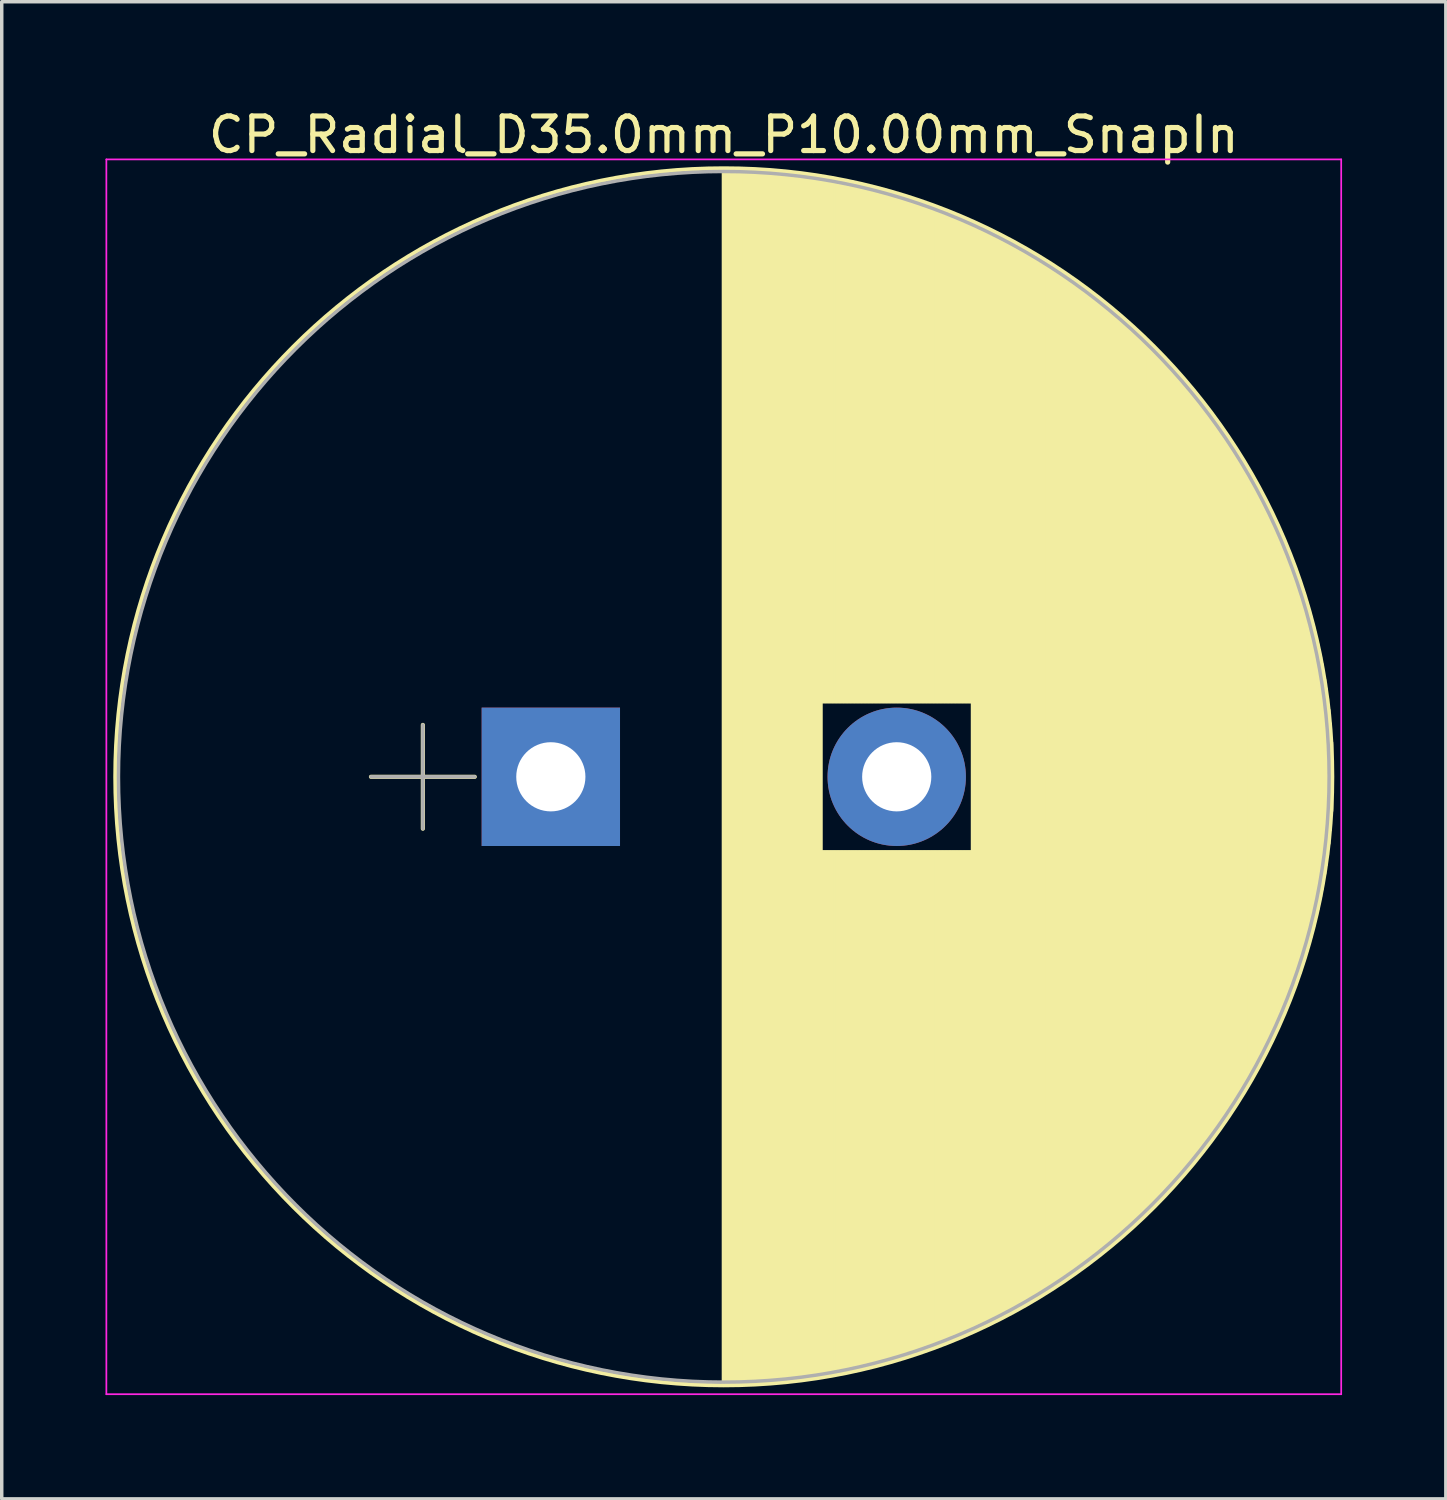
<source format=kicad_pcb>
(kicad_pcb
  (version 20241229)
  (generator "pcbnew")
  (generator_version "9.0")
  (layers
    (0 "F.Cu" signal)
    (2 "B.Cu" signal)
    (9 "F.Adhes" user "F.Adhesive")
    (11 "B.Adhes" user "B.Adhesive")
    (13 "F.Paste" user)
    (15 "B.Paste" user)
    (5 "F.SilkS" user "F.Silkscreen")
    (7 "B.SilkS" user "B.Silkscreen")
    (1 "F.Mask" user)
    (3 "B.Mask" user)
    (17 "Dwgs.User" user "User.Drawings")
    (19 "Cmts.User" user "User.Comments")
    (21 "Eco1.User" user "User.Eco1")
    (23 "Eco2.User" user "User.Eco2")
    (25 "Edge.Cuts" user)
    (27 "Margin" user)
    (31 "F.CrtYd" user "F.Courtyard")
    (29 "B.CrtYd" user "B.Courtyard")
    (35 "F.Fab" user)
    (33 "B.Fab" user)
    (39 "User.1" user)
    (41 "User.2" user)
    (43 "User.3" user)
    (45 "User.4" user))
  (footprint "CP_Radial_D35.0mm_P10.00mm_SnapIn"
    (layer "F.Cu")
    (at 12.875 19.408)
    (property "Reference" "CP_Radial_D35.0mm_P10.00mm_SnapIn" (at 5 -18.56 0) (layer "F.SilkS") (effects (font (size 1 1) (thickness 0.15))))
    (attr through_hole)
    (fp_line (start -5.2 0) (end -2.2 0) (stroke (width 0.12) (type solid)) (layer "F.SilkS"))
    (fp_line (start -3.7 -1.5) (end -3.7 1.5) (stroke (width 0.12) (type solid)) (layer "F.SilkS"))
    (fp_line (start 5 -17.55) (end 5 17.55) (stroke (width 0.12) (type solid)) (layer "F.SilkS"))
    (fp_line (start 5.04 -17.55) (end 5.04 17.55) (stroke (width 0.12) (type solid)) (layer "F.SilkS"))
    (fp_line (start 5.08 -17.55) (end 5.08 17.55) (stroke (width 0.12) (type solid)) (layer "F.SilkS"))
    (fp_line (start 5.12 -17.55) (end 5.12 17.55) (stroke (width 0.12) (type solid)) (layer "F.SilkS"))
    (fp_line (start 5.16 -17.55) (end 5.16 17.55) (stroke (width 0.12) (type solid)) (layer "F.SilkS"))
    (fp_line (start 5.2 -17.549) (end 5.2 17.549) (stroke (width 0.12) (type solid)) (layer "F.SilkS"))
    (fp_line (start 5.24 -17.549) (end 5.24 17.549) (stroke (width 0.12) (type solid)) (layer "F.SilkS"))
    (fp_line (start 5.28 -17.548) (end 5.28 17.548) (stroke (width 0.12) (type solid)) (layer "F.SilkS"))
    (fp_line (start 5.32 -17.548) (end 5.32 17.548) (stroke (width 0.12) (type solid)) (layer "F.SilkS"))
    (fp_line (start 5.36 -17.547) (end 5.36 17.547) (stroke (width 0.12) (type solid)) (layer "F.SilkS"))
    (fp_line (start 5.4 -17.546) (end 5.4 17.546) (stroke (width 0.12) (type solid)) (layer "F.SilkS"))
    (fp_line (start 5.44 -17.545) (end 5.44 17.545) (stroke (width 0.12) (type solid)) (layer "F.SilkS"))
    (fp_line (start 5.48 -17.544) (end 5.48 17.544) (stroke (width 0.12) (type solid)) (layer "F.SilkS"))
    (fp_line (start 5.52 -17.543) (end 5.52 17.543) (stroke (width 0.12) (type solid)) (layer "F.SilkS"))
    (fp_line (start 5.56 -17.542) (end 5.56 17.542) (stroke (width 0.12) (type solid)) (layer "F.SilkS"))
    (fp_line (start 5.6 -17.54) (end 5.6 17.54) (stroke (width 0.12) (type solid)) (layer "F.SilkS"))
    (fp_line (start 5.64 -17.539) (end 5.64 17.539) (stroke (width 0.12) (type solid)) (layer "F.SilkS"))
    (fp_line (start 5.68 -17.537) (end 5.68 17.537) (stroke (width 0.12) (type solid)) (layer "F.SilkS"))
    (fp_line (start 5.721 -17.536) (end 5.721 17.536) (stroke (width 0.12) (type solid)) (layer "F.SilkS"))
    (fp_line (start 5.761 -17.534) (end 5.761 17.534) (stroke (width 0.12) (type solid)) (layer "F.SilkS"))
    (fp_line (start 5.801 -17.532) (end 5.801 17.532) (stroke (width 0.12) (type solid)) (layer "F.SilkS"))
    (fp_line (start 5.841 -17.53) (end 5.841 17.53) (stroke (width 0.12) (type solid)) (layer "F.SilkS"))
    (fp_line (start 5.881 -17.528) (end 5.881 17.528) (stroke (width 0.12) (type solid)) (layer "F.SilkS"))
    (fp_line (start 5.921 -17.526) (end 5.921 17.526) (stroke (width 0.12) (type solid)) (layer "F.SilkS"))
    (fp_line (start 5.961 -17.524) (end 5.961 17.524) (stroke (width 0.12) (type solid)) (layer "F.SilkS"))
    (fp_line (start 6.001 -17.522) (end 6.001 17.522) (stroke (width 0.12) (type solid)) (layer "F.SilkS"))
    (fp_line (start 6.041 -17.52) (end 6.041 17.52) (stroke (width 0.12) (type solid)) (layer "F.SilkS"))
    (fp_line (start 6.081 -17.517) (end 6.081 17.517) (stroke (width 0.12) (type solid)) (layer "F.SilkS"))
    (fp_line (start 6.121 -17.515) (end 6.121 17.515) (stroke (width 0.12) (type solid)) (layer "F.SilkS"))
    (fp_line (start 6.161 -17.512) (end 6.161 17.512) (stroke (width 0.12) (type solid)) (layer "F.SilkS"))
    (fp_line (start 6.201 -17.51) (end 6.201 17.51) (stroke (width 0.12) (type solid)) (layer "F.SilkS"))
    (fp_line (start 6.241 -17.507) (end 6.241 17.507) (stroke (width 0.12) (type solid)) (layer "F.SilkS"))
    (fp_line (start 6.281 -17.504) (end 6.281 17.504) (stroke (width 0.12) (type solid)) (layer "F.SilkS"))
    (fp_line (start 6.321 -17.501) (end 6.321 17.501) (stroke (width 0.12) (type solid)) (layer "F.SilkS"))
    (fp_line (start 6.361 -17.498) (end 6.361 17.498) (stroke (width 0.12) (type solid)) (layer "F.SilkS"))
    (fp_line (start 6.401 -17.495) (end 6.401 17.495) (stroke (width 0.12) (type solid)) (layer "F.SilkS"))
    (fp_line (start 6.441 -17.491) (end 6.441 17.491) (stroke (width 0.12) (type solid)) (layer "F.SilkS"))
    (fp_line (start 6.481 -17.488) (end 6.481 17.488) (stroke (width 0.12) (type solid)) (layer "F.SilkS"))
    (fp_line (start 6.521 -17.485) (end 6.521 17.485) (stroke (width 0.12) (type solid)) (layer "F.SilkS"))
    (fp_line (start 6.561 -17.481) (end 6.561 17.481) (stroke (width 0.12) (type solid)) (layer "F.SilkS"))
    (fp_line (start 6.601 -17.478) (end 6.601 17.478) (stroke (width 0.12) (type solid)) (layer "F.SilkS"))
    (fp_line (start 6.641 -17.474) (end 6.641 17.474) (stroke (width 0.12) (type solid)) (layer "F.SilkS"))
    (fp_line (start 6.681 -17.47) (end 6.681 17.47) (stroke (width 0.12) (type solid)) (layer "F.SilkS"))
    (fp_line (start 6.721 -17.466) (end 6.721 17.466) (stroke (width 0.12) (type solid)) (layer "F.SilkS"))
    (fp_line (start 6.761 -17.462) (end 6.761 17.462) (stroke (width 0.12) (type solid)) (layer "F.SilkS"))
    (fp_line (start 6.801 -17.458) (end 6.801 17.458) (stroke (width 0.12) (type solid)) (layer "F.SilkS"))
    (fp_line (start 6.841 -17.454) (end 6.841 17.454) (stroke (width 0.12) (type solid)) (layer "F.SilkS"))
    (fp_line (start 6.881 -17.45) (end 6.881 17.45) (stroke (width 0.12) (type solid)) (layer "F.SilkS"))
    (fp_line (start 6.921 -17.445) (end 6.921 17.445) (stroke (width 0.12) (type solid)) (layer "F.SilkS"))
    (fp_line (start 6.961 -17.441) (end 6.961 17.441) (stroke (width 0.12) (type solid)) (layer "F.SilkS"))
    (fp_line (start 7.001 -17.436) (end 7.001 17.436) (stroke (width 0.12) (type solid)) (layer "F.SilkS"))
    (fp_line (start 7.041 -17.432) (end 7.041 17.432) (stroke (width 0.12) (type solid)) (layer "F.SilkS"))
    (fp_line (start 7.081 -17.427) (end 7.081 17.427) (stroke (width 0.12) (type solid)) (layer "F.SilkS"))
    (fp_line (start 7.121 -17.422) (end 7.121 17.422) (stroke (width 0.12) (type solid)) (layer "F.SilkS"))
    (fp_line (start 7.161 -17.417) (end 7.161 17.417) (stroke (width 0.12) (type solid)) (layer "F.SilkS"))
    (fp_line (start 7.201 -17.412) (end 7.201 17.412) (stroke (width 0.12) (type solid)) (layer "F.SilkS"))
    (fp_line (start 7.241 -17.407) (end 7.241 17.407) (stroke (width 0.12) (type solid)) (layer "F.SilkS"))
    (fp_line (start 7.281 -17.402) (end 7.281 17.402) (stroke (width 0.12) (type solid)) (layer "F.SilkS"))
    (fp_line (start 7.321 -17.397) (end 7.321 17.397) (stroke (width 0.12) (type solid)) (layer "F.SilkS"))
    (fp_line (start 7.361 -17.391) (end 7.361 17.391) (stroke (width 0.12) (type solid)) (layer "F.SilkS"))
    (fp_line (start 7.401 -17.386) (end 7.401 17.386) (stroke (width 0.12) (type solid)) (layer "F.SilkS"))
    (fp_line (start 7.441 -17.38) (end 7.441 17.38) (stroke (width 0.12) (type solid)) (layer "F.SilkS"))
    (fp_line (start 7.481 -17.375) (end 7.481 17.375) (stroke (width 0.12) (type solid)) (layer "F.SilkS"))
    (fp_line (start 7.521 -17.369) (end 7.521 17.369) (stroke (width 0.12) (type solid)) (layer "F.SilkS"))
    (fp_line (start 7.561 -17.363) (end 7.561 17.363) (stroke (width 0.12) (type solid)) (layer "F.SilkS"))
    (fp_line (start 7.601 -17.357) (end 7.601 17.357) (stroke (width 0.12) (type solid)) (layer "F.SilkS"))
    (fp_line (start 7.641 -17.351) (end 7.641 17.351) (stroke (width 0.12) (type solid)) (layer "F.SilkS"))
    (fp_line (start 7.681 -17.345) (end 7.681 17.345) (stroke (width 0.12) (type solid)) (layer "F.SilkS"))
    (fp_line (start 7.721 -17.339) (end 7.721 17.339) (stroke (width 0.12) (type solid)) (layer "F.SilkS"))
    (fp_line (start 7.761 -17.333) (end 7.761 17.333) (stroke (width 0.12) (type solid)) (layer "F.SilkS"))
    (fp_line (start 7.801 -17.326) (end 7.801 17.326) (stroke (width 0.12) (type solid)) (layer "F.SilkS"))
    (fp_line (start 7.841 -17.32) (end 7.841 -2.18) (stroke (width 0.12) (type solid)) (layer "F.SilkS"))
    (fp_line (start 7.841 2.18) (end 7.841 17.32) (stroke (width 0.12) (type solid)) (layer "F.SilkS"))
    (fp_line (start 7.881 -17.313) (end 7.881 -2.18) (stroke (width 0.12) (type solid)) (layer "F.SilkS"))
    (fp_line (start 7.881 2.18) (end 7.881 17.313) (stroke (width 0.12) (type solid)) (layer "F.SilkS"))
    (fp_line (start 7.921 -17.306) (end 7.921 -2.18) (stroke (width 0.12) (type solid)) (layer "F.SilkS"))
    (fp_line (start 7.921 2.18) (end 7.921 17.306) (stroke (width 0.12) (type solid)) (layer "F.SilkS"))
    (fp_line (start 7.961 -17.3) (end 7.961 -2.18) (stroke (width 0.12) (type solid)) (layer "F.SilkS"))
    (fp_line (start 7.961 2.18) (end 7.961 17.3) (stroke (width 0.12) (type solid)) (layer "F.SilkS"))
    (fp_line (start 8.001 -17.293) (end 8.001 -2.18) (stroke (width 0.12) (type solid)) (layer "F.SilkS"))
    (fp_line (start 8.001 2.18) (end 8.001 17.293) (stroke (width 0.12) (type solid)) (layer "F.SilkS"))
    (fp_line (start 8.041 -17.286) (end 8.041 -2.18) (stroke (width 0.12) (type solid)) (layer "F.SilkS"))
    (fp_line (start 8.041 2.18) (end 8.041 17.286) (stroke (width 0.12) (type solid)) (layer "F.SilkS"))
    (fp_line (start 8.081 -17.279) (end 8.081 -2.18) (stroke (width 0.12) (type solid)) (layer "F.SilkS"))
    (fp_line (start 8.081 2.18) (end 8.081 17.279) (stroke (width 0.12) (type solid)) (layer "F.SilkS"))
    (fp_line (start 8.121 -17.272) (end 8.121 -2.18) (stroke (width 0.12) (type solid)) (layer "F.SilkS"))
    (fp_line (start 8.121 2.18) (end 8.121 17.272) (stroke (width 0.12) (type solid)) (layer "F.SilkS"))
    (fp_line (start 8.161 -17.264) (end 8.161 -2.18) (stroke (width 0.12) (type solid)) (layer "F.SilkS"))
    (fp_line (start 8.161 2.18) (end 8.161 17.264) (stroke (width 0.12) (type solid)) (layer "F.SilkS"))
    (fp_line (start 8.201 -17.257) (end 8.201 -2.18) (stroke (width 0.12) (type solid)) (layer "F.SilkS"))
    (fp_line (start 8.201 2.18) (end 8.201 17.257) (stroke (width 0.12) (type solid)) (layer "F.SilkS"))
    (fp_line (start 8.241 -17.25) (end 8.241 -2.18) (stroke (width 0.12) (type solid)) (layer "F.SilkS"))
    (fp_line (start 8.241 2.18) (end 8.241 17.25) (stroke (width 0.12) (type solid)) (layer "F.SilkS"))
    (fp_line (start 8.281 -17.242) (end 8.281 -2.18) (stroke (width 0.12) (type solid)) (layer "F.SilkS"))
    (fp_line (start 8.281 2.18) (end 8.281 17.242) (stroke (width 0.12) (type solid)) (layer "F.SilkS"))
    (fp_line (start 8.321 -17.234) (end 8.321 -2.18) (stroke (width 0.12) (type solid)) (layer "F.SilkS"))
    (fp_line (start 8.321 2.18) (end 8.321 17.234) (stroke (width 0.12) (type solid)) (layer "F.SilkS"))
    (fp_line (start 8.361 -17.227) (end 8.361 -2.18) (stroke (width 0.12) (type solid)) (layer "F.SilkS"))
    (fp_line (start 8.361 2.18) (end 8.361 17.227) (stroke (width 0.12) (type solid)) (layer "F.SilkS"))
    (fp_line (start 8.401 -17.219) (end 8.401 -2.18) (stroke (width 0.12) (type solid)) (layer "F.SilkS"))
    (fp_line (start 8.401 2.18) (end 8.401 17.219) (stroke (width 0.12) (type solid)) (layer "F.SilkS"))
    (fp_line (start 8.441 -17.211) (end 8.441 -2.18) (stroke (width 0.12) (type solid)) (layer "F.SilkS"))
    (fp_line (start 8.441 2.18) (end 8.441 17.211) (stroke (width 0.12) (type solid)) (layer "F.SilkS"))
    (fp_line (start 8.481 -17.203) (end 8.481 -2.18) (stroke (width 0.12) (type solid)) (layer "F.SilkS"))
    (fp_line (start 8.481 2.18) (end 8.481 17.203) (stroke (width 0.12) (type solid)) (layer "F.SilkS"))
    (fp_line (start 8.521 -17.195) (end 8.521 -2.18) (stroke (width 0.12) (type solid)) (layer "F.SilkS"))
    (fp_line (start 8.521 2.18) (end 8.521 17.195) (stroke (width 0.12) (type solid)) (layer "F.SilkS"))
    (fp_line (start 8.561 -17.186) (end 8.561 -2.18) (stroke (width 0.12) (type solid)) (layer "F.SilkS"))
    (fp_line (start 8.561 2.18) (end 8.561 17.186) (stroke (width 0.12) (type solid)) (layer "F.SilkS"))
    (fp_line (start 8.601 -17.178) (end 8.601 -2.18) (stroke (width 0.12) (type solid)) (layer "F.SilkS"))
    (fp_line (start 8.601 2.18) (end 8.601 17.178) (stroke (width 0.12) (type solid)) (layer "F.SilkS"))
    (fp_line (start 8.641 -17.17) (end 8.641 -2.18) (stroke (width 0.12) (type solid)) (layer "F.SilkS"))
    (fp_line (start 8.641 2.18) (end 8.641 17.17) (stroke (width 0.12) (type solid)) (layer "F.SilkS"))
    (fp_line (start 8.681 -17.161) (end 8.681 -2.18) (stroke (width 0.12) (type solid)) (layer "F.SilkS"))
    (fp_line (start 8.681 2.18) (end 8.681 17.161) (stroke (width 0.12) (type solid)) (layer "F.SilkS"))
    (fp_line (start 8.721 -17.153) (end 8.721 -2.18) (stroke (width 0.12) (type solid)) (layer "F.SilkS"))
    (fp_line (start 8.721 2.18) (end 8.721 17.153) (stroke (width 0.12) (type solid)) (layer "F.SilkS"))
    (fp_line (start 8.761 -17.144) (end 8.761 -2.18) (stroke (width 0.12) (type solid)) (layer "F.SilkS"))
    (fp_line (start 8.761 2.18) (end 8.761 17.144) (stroke (width 0.12) (type solid)) (layer "F.SilkS"))
    (fp_line (start 8.801 -17.135) (end 8.801 -2.18) (stroke (width 0.12) (type solid)) (layer "F.SilkS"))
    (fp_line (start 8.801 2.18) (end 8.801 17.135) (stroke (width 0.12) (type solid)) (layer "F.SilkS"))
    (fp_line (start 8.841 -17.126) (end 8.841 -2.18) (stroke (width 0.12) (type solid)) (layer "F.SilkS"))
    (fp_line (start 8.841 2.18) (end 8.841 17.126) (stroke (width 0.12) (type solid)) (layer "F.SilkS"))
    (fp_line (start 8.881 -17.117) (end 8.881 -2.18) (stroke (width 0.12) (type solid)) (layer "F.SilkS"))
    (fp_line (start 8.881 2.18) (end 8.881 17.117) (stroke (width 0.12) (type solid)) (layer "F.SilkS"))
    (fp_line (start 8.921 -17.108) (end 8.921 -2.18) (stroke (width 0.12) (type solid)) (layer "F.SilkS"))
    (fp_line (start 8.921 2.18) (end 8.921 17.108) (stroke (width 0.12) (type solid)) (layer "F.SilkS"))
    (fp_line (start 8.961 -17.099) (end 8.961 -2.18) (stroke (width 0.12) (type solid)) (layer "F.SilkS"))
    (fp_line (start 8.961 2.18) (end 8.961 17.099) (stroke (width 0.12) (type solid)) (layer "F.SilkS"))
    (fp_line (start 9.001 -17.09) (end 9.001 -2.18) (stroke (width 0.12) (type solid)) (layer "F.SilkS"))
    (fp_line (start 9.001 2.18) (end 9.001 17.09) (stroke (width 0.12) (type solid)) (layer "F.SilkS"))
    (fp_line (start 9.041 -17.08) (end 9.041 -2.18) (stroke (width 0.12) (type solid)) (layer "F.SilkS"))
    (fp_line (start 9.041 2.18) (end 9.041 17.08) (stroke (width 0.12) (type solid)) (layer "F.SilkS"))
    (fp_line (start 9.081 -17.071) (end 9.081 -2.18) (stroke (width 0.12) (type solid)) (layer "F.SilkS"))
    (fp_line (start 9.081 2.18) (end 9.081 17.071) (stroke (width 0.12) (type solid)) (layer "F.SilkS"))
    (fp_line (start 9.121 -17.061) (end 9.121 -2.18) (stroke (width 0.12) (type solid)) (layer "F.SilkS"))
    (fp_line (start 9.121 2.18) (end 9.121 17.061) (stroke (width 0.12) (type solid)) (layer "F.SilkS"))
    (fp_line (start 9.161 -17.052) (end 9.161 -2.18) (stroke (width 0.12) (type solid)) (layer "F.SilkS"))
    (fp_line (start 9.161 2.18) (end 9.161 17.052) (stroke (width 0.12) (type solid)) (layer "F.SilkS"))
    (fp_line (start 9.201 -17.042) (end 9.201 -2.18) (stroke (width 0.12) (type solid)) (layer "F.SilkS"))
    (fp_line (start 9.201 2.18) (end 9.201 17.042) (stroke (width 0.12) (type solid)) (layer "F.SilkS"))
    (fp_line (start 9.241 -17.032) (end 9.241 -2.18) (stroke (width 0.12) (type solid)) (layer "F.SilkS"))
    (fp_line (start 9.241 2.18) (end 9.241 17.032) (stroke (width 0.12) (type solid)) (layer "F.SilkS"))
    (fp_line (start 9.281 -17.022) (end 9.281 -2.18) (stroke (width 0.12) (type solid)) (layer "F.SilkS"))
    (fp_line (start 9.281 2.18) (end 9.281 17.022) (stroke (width 0.12) (type solid)) (layer "F.SilkS"))
    (fp_line (start 9.321 -17.012) (end 9.321 -2.18) (stroke (width 0.12) (type solid)) (layer "F.SilkS"))
    (fp_line (start 9.321 2.18) (end 9.321 17.012) (stroke (width 0.12) (type solid)) (layer "F.SilkS"))
    (fp_line (start 9.361 -17.002) (end 9.361 -2.18) (stroke (width 0.12) (type solid)) (layer "F.SilkS"))
    (fp_line (start 9.361 2.18) (end 9.361 17.002) (stroke (width 0.12) (type solid)) (layer "F.SilkS"))
    (fp_line (start 9.401 -16.991) (end 9.401 -2.18) (stroke (width 0.12) (type solid)) (layer "F.SilkS"))
    (fp_line (start 9.401 2.18) (end 9.401 16.991) (stroke (width 0.12) (type solid)) (layer "F.SilkS"))
    (fp_line (start 9.441 -16.981) (end 9.441 -2.18) (stroke (width 0.12) (type solid)) (layer "F.SilkS"))
    (fp_line (start 9.441 2.18) (end 9.441 16.981) (stroke (width 0.12) (type solid)) (layer "F.SilkS"))
    (fp_line (start 9.481 -16.97) (end 9.481 -2.18) (stroke (width 0.12) (type solid)) (layer "F.SilkS"))
    (fp_line (start 9.481 2.18) (end 9.481 16.97) (stroke (width 0.12) (type solid)) (layer "F.SilkS"))
    (fp_line (start 9.521 -16.96) (end 9.521 -2.18) (stroke (width 0.12) (type solid)) (layer "F.SilkS"))
    (fp_line (start 9.521 2.18) (end 9.521 16.96) (stroke (width 0.12) (type solid)) (layer "F.SilkS"))
    (fp_line (start 9.561 -16.949) (end 9.561 -2.18) (stroke (width 0.12) (type solid)) (layer "F.SilkS"))
    (fp_line (start 9.561 2.18) (end 9.561 16.949) (stroke (width 0.12) (type solid)) (layer "F.SilkS"))
    (fp_line (start 9.601 -16.938) (end 9.601 -2.18) (stroke (width 0.12) (type solid)) (layer "F.SilkS"))
    (fp_line (start 9.601 2.18) (end 9.601 16.938) (stroke (width 0.12) (type solid)) (layer "F.SilkS"))
    (fp_line (start 9.641 -16.927) (end 9.641 -2.18) (stroke (width 0.12) (type solid)) (layer "F.SilkS"))
    (fp_line (start 9.641 2.18) (end 9.641 16.927) (stroke (width 0.12) (type solid)) (layer "F.SilkS"))
    (fp_line (start 9.681 -16.916) (end 9.681 -2.18) (stroke (width 0.12) (type solid)) (layer "F.SilkS"))
    (fp_line (start 9.681 2.18) (end 9.681 16.916) (stroke (width 0.12) (type solid)) (layer "F.SilkS"))
    (fp_line (start 9.721 -16.905) (end 9.721 -2.18) (stroke (width 0.12) (type solid)) (layer "F.SilkS"))
    (fp_line (start 9.721 2.18) (end 9.721 16.905) (stroke (width 0.12) (type solid)) (layer "F.SilkS"))
    (fp_line (start 9.761 -16.894) (end 9.761 -2.18) (stroke (width 0.12) (type solid)) (layer "F.SilkS"))
    (fp_line (start 9.761 2.18) (end 9.761 16.894) (stroke (width 0.12) (type solid)) (layer "F.SilkS"))
    (fp_line (start 9.801 -16.883) (end 9.801 -2.18) (stroke (width 0.12) (type solid)) (layer "F.SilkS"))
    (fp_line (start 9.801 2.18) (end 9.801 16.883) (stroke (width 0.12) (type solid)) (layer "F.SilkS"))
    (fp_line (start 9.841 -16.872) (end 9.841 -2.18) (stroke (width 0.12) (type solid)) (layer "F.SilkS"))
    (fp_line (start 9.841 2.18) (end 9.841 16.872) (stroke (width 0.12) (type solid)) (layer "F.SilkS"))
    (fp_line (start 9.881 -16.86) (end 9.881 -2.18) (stroke (width 0.12) (type solid)) (layer "F.SilkS"))
    (fp_line (start 9.881 2.18) (end 9.881 16.86) (stroke (width 0.12) (type solid)) (layer "F.SilkS"))
    (fp_line (start 9.921 -16.848) (end 9.921 -2.18) (stroke (width 0.12) (type solid)) (layer "F.SilkS"))
    (fp_line (start 9.921 2.18) (end 9.921 16.848) (stroke (width 0.12) (type solid)) (layer "F.SilkS"))
    (fp_line (start 9.961 -16.837) (end 9.961 -2.18) (stroke (width 0.12) (type solid)) (layer "F.SilkS"))
    (fp_line (start 9.961 2.18) (end 9.961 16.837) (stroke (width 0.12) (type solid)) (layer "F.SilkS"))
    (fp_line (start 10.001 -16.825) (end 10.001 -2.18) (stroke (width 0.12) (type solid)) (layer "F.SilkS"))
    (fp_line (start 10.001 2.18) (end 10.001 16.825) (stroke (width 0.12) (type solid)) (layer "F.SilkS"))
    (fp_line (start 10.041 -16.813) (end 10.041 -2.18) (stroke (width 0.12) (type solid)) (layer "F.SilkS"))
    (fp_line (start 10.041 2.18) (end 10.041 16.813) (stroke (width 0.12) (type solid)) (layer "F.SilkS"))
    (fp_line (start 10.081 -16.801) (end 10.081 -2.18) (stroke (width 0.12) (type solid)) (layer "F.SilkS"))
    (fp_line (start 10.081 2.18) (end 10.081 16.801) (stroke (width 0.12) (type solid)) (layer "F.SilkS"))
    (fp_line (start 10.121 -16.789) (end 10.121 -2.18) (stroke (width 0.12) (type solid)) (layer "F.SilkS"))
    (fp_line (start 10.121 2.18) (end 10.121 16.789) (stroke (width 0.12) (type solid)) (layer "F.SilkS"))
    (fp_line (start 10.161 -16.777) (end 10.161 -2.18) (stroke (width 0.12) (type solid)) (layer "F.SilkS"))
    (fp_line (start 10.161 2.18) (end 10.161 16.777) (stroke (width 0.12) (type solid)) (layer "F.SilkS"))
    (fp_line (start 10.201 -16.764) (end 10.201 -2.18) (stroke (width 0.12) (type solid)) (layer "F.SilkS"))
    (fp_line (start 10.201 2.18) (end 10.201 16.764) (stroke (width 0.12) (type solid)) (layer "F.SilkS"))
    (fp_line (start 10.241 -16.752) (end 10.241 -2.18) (stroke (width 0.12) (type solid)) (layer "F.SilkS"))
    (fp_line (start 10.241 2.18) (end 10.241 16.752) (stroke (width 0.12) (type solid)) (layer "F.SilkS"))
    (fp_line (start 10.281 -16.739) (end 10.281 -2.18) (stroke (width 0.12) (type solid)) (layer "F.SilkS"))
    (fp_line (start 10.281 2.18) (end 10.281 16.739) (stroke (width 0.12) (type solid)) (layer "F.SilkS"))
    (fp_line (start 10.321 -16.727) (end 10.321 -2.18) (stroke (width 0.12) (type solid)) (layer "F.SilkS"))
    (fp_line (start 10.321 2.18) (end 10.321 16.727) (stroke (width 0.12) (type solid)) (layer "F.SilkS"))
    (fp_line (start 10.361 -16.714) (end 10.361 -2.18) (stroke (width 0.12) (type solid)) (layer "F.SilkS"))
    (fp_line (start 10.361 2.18) (end 10.361 16.714) (stroke (width 0.12) (type solid)) (layer "F.SilkS"))
    (fp_line (start 10.401 -16.701) (end 10.401 -2.18) (stroke (width 0.12) (type solid)) (layer "F.SilkS"))
    (fp_line (start 10.401 2.18) (end 10.401 16.701) (stroke (width 0.12) (type solid)) (layer "F.SilkS"))
    (fp_line (start 10.441 -16.688) (end 10.441 -2.18) (stroke (width 0.12) (type solid)) (layer "F.SilkS"))
    (fp_line (start 10.441 2.18) (end 10.441 16.688) (stroke (width 0.12) (type solid)) (layer "F.SilkS"))
    (fp_line (start 10.481 -16.675) (end 10.481 -2.18) (stroke (width 0.12) (type solid)) (layer "F.SilkS"))
    (fp_line (start 10.481 2.18) (end 10.481 16.675) (stroke (width 0.12) (type solid)) (layer "F.SilkS"))
    (fp_line (start 10.521 -16.662) (end 10.521 -2.18) (stroke (width 0.12) (type solid)) (layer "F.SilkS"))
    (fp_line (start 10.521 2.18) (end 10.521 16.662) (stroke (width 0.12) (type solid)) (layer "F.SilkS"))
    (fp_line (start 10.561 -16.649) (end 10.561 -2.18) (stroke (width 0.12) (type solid)) (layer "F.SilkS"))
    (fp_line (start 10.561 2.18) (end 10.561 16.649) (stroke (width 0.12) (type solid)) (layer "F.SilkS"))
    (fp_line (start 10.601 -16.635) (end 10.601 -2.18) (stroke (width 0.12) (type solid)) (layer "F.SilkS"))
    (fp_line (start 10.601 2.18) (end 10.601 16.635) (stroke (width 0.12) (type solid)) (layer "F.SilkS"))
    (fp_line (start 10.641 -16.622) (end 10.641 -2.18) (stroke (width 0.12) (type solid)) (layer "F.SilkS"))
    (fp_line (start 10.641 2.18) (end 10.641 16.622) (stroke (width 0.12) (type solid)) (layer "F.SilkS"))
    (fp_line (start 10.681 -16.608) (end 10.681 -2.18) (stroke (width 0.12) (type solid)) (layer "F.SilkS"))
    (fp_line (start 10.681 2.18) (end 10.681 16.608) (stroke (width 0.12) (type solid)) (layer "F.SilkS"))
    (fp_line (start 10.721 -16.594) (end 10.721 -2.18) (stroke (width 0.12) (type solid)) (layer "F.SilkS"))
    (fp_line (start 10.721 2.18) (end 10.721 16.594) (stroke (width 0.12) (type solid)) (layer "F.SilkS"))
    (fp_line (start 10.761 -16.581) (end 10.761 -2.18) (stroke (width 0.12) (type solid)) (layer "F.SilkS"))
    (fp_line (start 10.761 2.18) (end 10.761 16.581) (stroke (width 0.12) (type solid)) (layer "F.SilkS"))
    (fp_line (start 10.801 -16.567) (end 10.801 -2.18) (stroke (width 0.12) (type solid)) (layer "F.SilkS"))
    (fp_line (start 10.801 2.18) (end 10.801 16.567) (stroke (width 0.12) (type solid)) (layer "F.SilkS"))
    (fp_line (start 10.841 -16.553) (end 10.841 -2.18) (stroke (width 0.12) (type solid)) (layer "F.SilkS"))
    (fp_line (start 10.841 2.18) (end 10.841 16.553) (stroke (width 0.12) (type solid)) (layer "F.SilkS"))
    (fp_line (start 10.881 -16.539) (end 10.881 -2.18) (stroke (width 0.12) (type solid)) (layer "F.SilkS"))
    (fp_line (start 10.881 2.18) (end 10.881 16.539) (stroke (width 0.12) (type solid)) (layer "F.SilkS"))
    (fp_line (start 10.921 -16.524) (end 10.921 -2.18) (stroke (width 0.12) (type solid)) (layer "F.SilkS"))
    (fp_line (start 10.921 2.18) (end 10.921 16.524) (stroke (width 0.12) (type solid)) (layer "F.SilkS"))
    (fp_line (start 10.961 -16.51) (end 10.961 -2.18) (stroke (width 0.12) (type solid)) (layer "F.SilkS"))
    (fp_line (start 10.961 2.18) (end 10.961 16.51) (stroke (width 0.12) (type solid)) (layer "F.SilkS"))
    (fp_line (start 11.001 -16.496) (end 11.001 -2.18) (stroke (width 0.12) (type solid)) (layer "F.SilkS"))
    (fp_line (start 11.001 2.18) (end 11.001 16.496) (stroke (width 0.12) (type solid)) (layer "F.SilkS"))
    (fp_line (start 11.041 -16.481) (end 11.041 -2.18) (stroke (width 0.12) (type solid)) (layer "F.SilkS"))
    (fp_line (start 11.041 2.18) (end 11.041 16.481) (stroke (width 0.12) (type solid)) (layer "F.SilkS"))
    (fp_line (start 11.081 -16.466) (end 11.081 -2.18) (stroke (width 0.12) (type solid)) (layer "F.SilkS"))
    (fp_line (start 11.081 2.18) (end 11.081 16.466) (stroke (width 0.12) (type solid)) (layer "F.SilkS"))
    (fp_line (start 11.121 -16.452) (end 11.121 -2.18) (stroke (width 0.12) (type solid)) (layer "F.SilkS"))
    (fp_line (start 11.121 2.18) (end 11.121 16.452) (stroke (width 0.12) (type solid)) (layer "F.SilkS"))
    (fp_line (start 11.161 -16.437) (end 11.161 -2.18) (stroke (width 0.12) (type solid)) (layer "F.SilkS"))
    (fp_line (start 11.161 2.18) (end 11.161 16.437) (stroke (width 0.12) (type solid)) (layer "F.SilkS"))
    (fp_line (start 11.201 -16.422) (end 11.201 -2.18) (stroke (width 0.12) (type solid)) (layer "F.SilkS"))
    (fp_line (start 11.201 2.18) (end 11.201 16.422) (stroke (width 0.12) (type solid)) (layer "F.SilkS"))
    (fp_line (start 11.241 -16.406) (end 11.241 -2.18) (stroke (width 0.12) (type solid)) (layer "F.SilkS"))
    (fp_line (start 11.241 2.18) (end 11.241 16.406) (stroke (width 0.12) (type solid)) (layer "F.SilkS"))
    (fp_line (start 11.281 -16.391) (end 11.281 -2.18) (stroke (width 0.12) (type solid)) (layer "F.SilkS"))
    (fp_line (start 11.281 2.18) (end 11.281 16.391) (stroke (width 0.12) (type solid)) (layer "F.SilkS"))
    (fp_line (start 11.321 -16.376) (end 11.321 -2.18) (stroke (width 0.12) (type solid)) (layer "F.SilkS"))
    (fp_line (start 11.321 2.18) (end 11.321 16.376) (stroke (width 0.12) (type solid)) (layer "F.SilkS"))
    (fp_line (start 11.361 -16.36) (end 11.361 -2.18) (stroke (width 0.12) (type solid)) (layer "F.SilkS"))
    (fp_line (start 11.361 2.18) (end 11.361 16.36) (stroke (width 0.12) (type solid)) (layer "F.SilkS"))
    (fp_line (start 11.401 -16.345) (end 11.401 -2.18) (stroke (width 0.12) (type solid)) (layer "F.SilkS"))
    (fp_line (start 11.401 2.18) (end 11.401 16.345) (stroke (width 0.12) (type solid)) (layer "F.SilkS"))
    (fp_line (start 11.441 -16.329) (end 11.441 -2.18) (stroke (width 0.12) (type solid)) (layer "F.SilkS"))
    (fp_line (start 11.441 2.18) (end 11.441 16.329) (stroke (width 0.12) (type solid)) (layer "F.SilkS"))
    (fp_line (start 11.481 -16.313) (end 11.481 -2.18) (stroke (width 0.12) (type solid)) (layer "F.SilkS"))
    (fp_line (start 11.481 2.18) (end 11.481 16.313) (stroke (width 0.12) (type solid)) (layer "F.SilkS"))
    (fp_line (start 11.521 -16.298) (end 11.521 -2.18) (stroke (width 0.12) (type solid)) (layer "F.SilkS"))
    (fp_line (start 11.521 2.18) (end 11.521 16.298) (stroke (width 0.12) (type solid)) (layer "F.SilkS"))
    (fp_line (start 11.561 -16.281) (end 11.561 -2.18) (stroke (width 0.12) (type solid)) (layer "F.SilkS"))
    (fp_line (start 11.561 2.18) (end 11.561 16.281) (stroke (width 0.12) (type solid)) (layer "F.SilkS"))
    (fp_line (start 11.601 -16.265) (end 11.601 -2.18) (stroke (width 0.12) (type solid)) (layer "F.SilkS"))
    (fp_line (start 11.601 2.18) (end 11.601 16.265) (stroke (width 0.12) (type solid)) (layer "F.SilkS"))
    (fp_line (start 11.641 -16.249) (end 11.641 -2.18) (stroke (width 0.12) (type solid)) (layer "F.SilkS"))
    (fp_line (start 11.641 2.18) (end 11.641 16.249) (stroke (width 0.12) (type solid)) (layer "F.SilkS"))
    (fp_line (start 11.681 -16.233) (end 11.681 -2.18) (stroke (width 0.12) (type solid)) (layer "F.SilkS"))
    (fp_line (start 11.681 2.18) (end 11.681 16.233) (stroke (width 0.12) (type solid)) (layer "F.SilkS"))
    (fp_line (start 11.721 -16.216) (end 11.721 -2.18) (stroke (width 0.12) (type solid)) (layer "F.SilkS"))
    (fp_line (start 11.721 2.18) (end 11.721 16.216) (stroke (width 0.12) (type solid)) (layer "F.SilkS"))
    (fp_line (start 11.761 -16.2) (end 11.761 -2.18) (stroke (width 0.12) (type solid)) (layer "F.SilkS"))
    (fp_line (start 11.761 2.18) (end 11.761 16.2) (stroke (width 0.12) (type solid)) (layer "F.SilkS"))
    (fp_line (start 11.801 -16.183) (end 11.801 -2.18) (stroke (width 0.12) (type solid)) (layer "F.SilkS"))
    (fp_line (start 11.801 2.18) (end 11.801 16.183) (stroke (width 0.12) (type solid)) (layer "F.SilkS"))
    (fp_line (start 11.841 -16.166) (end 11.841 -2.18) (stroke (width 0.12) (type solid)) (layer "F.SilkS"))
    (fp_line (start 11.841 2.18) (end 11.841 16.166) (stroke (width 0.12) (type solid)) (layer "F.SilkS"))
    (fp_line (start 11.881 -16.149) (end 11.881 -2.18) (stroke (width 0.12) (type solid)) (layer "F.SilkS"))
    (fp_line (start 11.881 2.18) (end 11.881 16.149) (stroke (width 0.12) (type solid)) (layer "F.SilkS"))
    (fp_line (start 11.921 -16.132) (end 11.921 -2.18) (stroke (width 0.12) (type solid)) (layer "F.SilkS"))
    (fp_line (start 11.921 2.18) (end 11.921 16.132) (stroke (width 0.12) (type solid)) (layer "F.SilkS"))
    (fp_line (start 11.961 -16.115) (end 11.961 -2.18) (stroke (width 0.12) (type solid)) (layer "F.SilkS"))
    (fp_line (start 11.961 2.18) (end 11.961 16.115) (stroke (width 0.12) (type solid)) (layer "F.SilkS"))
    (fp_line (start 12.001 -16.098) (end 12.001 -2.18) (stroke (width 0.12) (type solid)) (layer "F.SilkS"))
    (fp_line (start 12.001 2.18) (end 12.001 16.098) (stroke (width 0.12) (type solid)) (layer "F.SilkS"))
    (fp_line (start 12.041 -16.08) (end 12.041 -2.18) (stroke (width 0.12) (type solid)) (layer "F.SilkS"))
    (fp_line (start 12.041 2.18) (end 12.041 16.08) (stroke (width 0.12) (type solid)) (layer "F.SilkS"))
    (fp_line (start 12.081 -16.063) (end 12.081 -2.18) (stroke (width 0.12) (type solid)) (layer "F.SilkS"))
    (fp_line (start 12.081 2.18) (end 12.081 16.063) (stroke (width 0.12) (type solid)) (layer "F.SilkS"))
    (fp_line (start 12.121 -16.045) (end 12.121 -2.18) (stroke (width 0.12) (type solid)) (layer "F.SilkS"))
    (fp_line (start 12.121 2.18) (end 12.121 16.045) (stroke (width 0.12) (type solid)) (layer "F.SilkS"))
    (fp_line (start 12.161 -16.027) (end 12.161 -2.18) (stroke (width 0.12) (type solid)) (layer "F.SilkS"))
    (fp_line (start 12.161 2.18) (end 12.161 16.027) (stroke (width 0.12) (type solid)) (layer "F.SilkS"))
    (fp_line (start 12.201 -16.009) (end 12.201 16.009) (stroke (width 0.12) (type solid)) (layer "F.SilkS"))
    (fp_line (start 12.241 -15.991) (end 12.241 15.991) (stroke (width 0.12) (type solid)) (layer "F.SilkS"))
    (fp_line (start 12.281 -15.973) (end 12.281 15.973) (stroke (width 0.12) (type solid)) (layer "F.SilkS"))
    (fp_line (start 12.321 -15.955) (end 12.321 15.955) (stroke (width 0.12) (type solid)) (layer "F.SilkS"))
    (fp_line (start 12.361 -15.937) (end 12.361 15.937) (stroke (width 0.12) (type solid)) (layer "F.SilkS"))
    (fp_line (start 12.401 -15.918) (end 12.401 15.918) (stroke (width 0.12) (type solid)) (layer "F.SilkS"))
    (fp_line (start 12.441 -15.9) (end 12.441 15.9) (stroke (width 0.12) (type solid)) (layer "F.SilkS"))
    (fp_line (start 12.481 -15.881) (end 12.481 15.881) (stroke (width 0.12) (type solid)) (layer "F.SilkS"))
    (fp_line (start 12.521 -15.862) (end 12.521 15.862) (stroke (width 0.12) (type solid)) (layer "F.SilkS"))
    (fp_line (start 12.561 -15.843) (end 12.561 15.843) (stroke (width 0.12) (type solid)) (layer "F.SilkS"))
    (fp_line (start 12.601 -15.824) (end 12.601 15.824) (stroke (width 0.12) (type solid)) (layer "F.SilkS"))
    (fp_line (start 12.641 -15.805) (end 12.641 15.805) (stroke (width 0.12) (type solid)) (layer "F.SilkS"))
    (fp_line (start 12.681 -15.785) (end 12.681 15.785) (stroke (width 0.12) (type solid)) (layer "F.SilkS"))
    (fp_line (start 12.721 -15.766) (end 12.721 15.766) (stroke (width 0.12) (type solid)) (layer "F.SilkS"))
    (fp_line (start 12.761 -15.746) (end 12.761 15.746) (stroke (width 0.12) (type solid)) (layer "F.SilkS"))
    (fp_line (start 12.801 -15.727) (end 12.801 15.727) (stroke (width 0.12) (type solid)) (layer "F.SilkS"))
    (fp_line (start 12.841 -15.707) (end 12.841 15.707) (stroke (width 0.12) (type solid)) (layer "F.SilkS"))
    (fp_line (start 12.881 -15.687) (end 12.881 15.687) (stroke (width 0.12) (type solid)) (layer "F.SilkS"))
    (fp_line (start 12.921 -15.667) (end 12.921 15.667) (stroke (width 0.12) (type solid)) (layer "F.SilkS"))
    (fp_line (start 12.961 -15.646) (end 12.961 15.646) (stroke (width 0.12) (type solid)) (layer "F.SilkS"))
    (fp_line (start 13.001 -15.626) (end 13.001 15.626) (stroke (width 0.12) (type solid)) (layer "F.SilkS"))
    (fp_line (start 13.041 -15.606) (end 13.041 15.606) (stroke (width 0.12) (type solid)) (layer "F.SilkS"))
    (fp_line (start 13.081 -15.585) (end 13.081 15.585) (stroke (width 0.12) (type solid)) (layer "F.SilkS"))
    (fp_line (start 13.121 -15.564) (end 13.121 15.564) (stroke (width 0.12) (type solid)) (layer "F.SilkS"))
    (fp_line (start 13.161 -15.543) (end 13.161 15.543) (stroke (width 0.12) (type solid)) (layer "F.SilkS"))
    (fp_line (start 13.2 -15.522) (end 13.2 15.522) (stroke (width 0.12) (type solid)) (layer "F.SilkS"))
    (fp_line (start 13.24 -15.501) (end 13.24 15.501) (stroke (width 0.12) (type solid)) (layer "F.SilkS"))
    (fp_line (start 13.28 -15.48) (end 13.28 15.48) (stroke (width 0.12) (type solid)) (layer "F.SilkS"))
    (fp_line (start 13.32 -15.458) (end 13.32 15.458) (stroke (width 0.12) (type solid)) (layer "F.SilkS"))
    (fp_line (start 13.36 -15.437) (end 13.36 15.437) (stroke (width 0.12) (type solid)) (layer "F.SilkS"))
    (fp_line (start 13.4 -15.415) (end 13.4 15.415) (stroke (width 0.12) (type solid)) (layer "F.SilkS"))
    (fp_line (start 13.44 -15.393) (end 13.44 15.393) (stroke (width 0.12) (type solid)) (layer "F.SilkS"))
    (fp_line (start 13.48 -15.371) (end 13.48 15.371) (stroke (width 0.12) (type solid)) (layer "F.SilkS"))
    (fp_line (start 13.52 -15.349) (end 13.52 15.349) (stroke (width 0.12) (type solid)) (layer "F.SilkS"))
    (fp_line (start 13.56 -15.327) (end 13.56 15.327) (stroke (width 0.12) (type solid)) (layer "F.SilkS"))
    (fp_line (start 13.6 -15.305) (end 13.6 15.305) (stroke (width 0.12) (type solid)) (layer "F.SilkS"))
    (fp_line (start 13.64 -15.282) (end 13.64 15.282) (stroke (width 0.12) (type solid)) (layer "F.SilkS"))
    (fp_line (start 13.68 -15.26) (end 13.68 15.26) (stroke (width 0.12) (type solid)) (layer "F.SilkS"))
    (fp_line (start 13.72 -15.237) (end 13.72 15.237) (stroke (width 0.12) (type solid)) (layer "F.SilkS"))
    (fp_line (start 13.76 -15.214) (end 13.76 15.214) (stroke (width 0.12) (type solid)) (layer "F.SilkS"))
    (fp_line (start 13.8 -15.191) (end 13.8 15.191) (stroke (width 0.12) (type solid)) (layer "F.SilkS"))
    (fp_line (start 13.84 -15.168) (end 13.84 15.168) (stroke (width 0.12) (type solid)) (layer "F.SilkS"))
    (fp_line (start 13.88 -15.144) (end 13.88 15.144) (stroke (width 0.12) (type solid)) (layer "F.SilkS"))
    (fp_line (start 13.92 -15.121) (end 13.92 15.121) (stroke (width 0.12) (type solid)) (layer "F.SilkS"))
    (fp_line (start 13.96 -15.097) (end 13.96 15.097) (stroke (width 0.12) (type solid)) (layer "F.SilkS"))
    (fp_line (start 14 -15.074) (end 14 15.074) (stroke (width 0.12) (type solid)) (layer "F.SilkS"))
    (fp_line (start 14.04 -15.05) (end 14.04 15.05) (stroke (width 0.12) (type solid)) (layer "F.SilkS"))
    (fp_line (start 14.08 -15.026) (end 14.08 15.026) (stroke (width 0.12) (type solid)) (layer "F.SilkS"))
    (fp_line (start 14.12 -15.002) (end 14.12 15.002) (stroke (width 0.12) (type solid)) (layer "F.SilkS"))
    (fp_line (start 14.16 -14.977) (end 14.16 14.977) (stroke (width 0.12) (type solid)) (layer "F.SilkS"))
    (fp_line (start 14.2 -14.953) (end 14.2 14.953) (stroke (width 0.12) (type solid)) (layer "F.SilkS"))
    (fp_line (start 14.24 -14.928) (end 14.24 14.928) (stroke (width 0.12) (type solid)) (layer "F.SilkS"))
    (fp_line (start 14.28 -14.903) (end 14.28 14.903) (stroke (width 0.12) (type solid)) (layer "F.SilkS"))
    (fp_line (start 14.32 -14.878) (end 14.32 14.878) (stroke (width 0.12) (type solid)) (layer "F.SilkS"))
    (fp_line (start 14.36 -14.853) (end 14.36 14.853) (stroke (width 0.12) (type solid)) (layer "F.SilkS"))
    (fp_line (start 14.4 -14.828) (end 14.4 14.828) (stroke (width 0.12) (type solid)) (layer "F.SilkS"))
    (fp_line (start 14.44 -14.803) (end 14.44 14.803) (stroke (width 0.12) (type solid)) (layer "F.SilkS"))
    (fp_line (start 14.48 -14.777) (end 14.48 14.777) (stroke (width 0.12) (type solid)) (layer "F.SilkS"))
    (fp_line (start 14.52 -14.752) (end 14.52 14.752) (stroke (width 0.12) (type solid)) (layer "F.SilkS"))
    (fp_line (start 14.56 -14.726) (end 14.56 14.726) (stroke (width 0.12) (type solid)) (layer "F.SilkS"))
    (fp_line (start 14.6 -14.7) (end 14.6 14.7) (stroke (width 0.12) (type solid)) (layer "F.SilkS"))
    (fp_line (start 14.64 -14.674) (end 14.64 14.674) (stroke (width 0.12) (type solid)) (layer "F.SilkS"))
    (fp_line (start 14.68 -14.647) (end 14.68 14.647) (stroke (width 0.12) (type solid)) (layer "F.SilkS"))
    (fp_line (start 14.72 -14.621) (end 14.72 14.621) (stroke (width 0.12) (type solid)) (layer "F.SilkS"))
    (fp_line (start 14.76 -14.594) (end 14.76 14.594) (stroke (width 0.12) (type solid)) (layer "F.SilkS"))
    (fp_line (start 14.8 -14.568) (end 14.8 14.568) (stroke (width 0.12) (type solid)) (layer "F.SilkS"))
    (fp_line (start 14.84 -14.541) (end 14.84 14.541) (stroke (width 0.12) (type solid)) (layer "F.SilkS"))
    (fp_line (start 14.88 -14.514) (end 14.88 14.514) (stroke (width 0.12) (type solid)) (layer "F.SilkS"))
    (fp_line (start 14.92 -14.486) (end 14.92 14.486) (stroke (width 0.12) (type solid)) (layer "F.SilkS"))
    (fp_line (start 14.96 -14.459) (end 14.96 14.459) (stroke (width 0.12) (type solid)) (layer "F.SilkS"))
    (fp_line (start 15 -14.431) (end 15 14.431) (stroke (width 0.12) (type solid)) (layer "F.SilkS"))
    (fp_line (start 15.04 -14.404) (end 15.04 14.404) (stroke (width 0.12) (type solid)) (layer "F.SilkS"))
    (fp_line (start 15.08 -14.376) (end 15.08 14.376) (stroke (width 0.12) (type solid)) (layer "F.SilkS"))
    (fp_line (start 15.12 -14.348) (end 15.12 14.348) (stroke (width 0.12) (type solid)) (layer "F.SilkS"))
    (fp_line (start 15.16 -14.32) (end 15.16 14.32) (stroke (width 0.12) (type solid)) (layer "F.SilkS"))
    (fp_line (start 15.2 -14.291) (end 15.2 14.291) (stroke (width 0.12) (type solid)) (layer "F.SilkS"))
    (fp_line (start 15.24 -14.263) (end 15.24 14.263) (stroke (width 0.12) (type solid)) (layer "F.SilkS"))
    (fp_line (start 15.28 -14.234) (end 15.28 14.234) (stroke (width 0.12) (type solid)) (layer "F.SilkS"))
    (fp_line (start 15.32 -14.205) (end 15.32 14.205) (stroke (width 0.12) (type solid)) (layer "F.SilkS"))
    (fp_line (start 15.36 -14.176) (end 15.36 14.176) (stroke (width 0.12) (type solid)) (layer "F.SilkS"))
    (fp_line (start 15.4 -14.147) (end 15.4 14.147) (stroke (width 0.12) (type solid)) (layer "F.SilkS"))
    (fp_line (start 15.44 -14.117) (end 15.44 14.117) (stroke (width 0.12) (type solid)) (layer "F.SilkS"))
    (fp_line (start 15.48 -14.088) (end 15.48 14.088) (stroke (width 0.12) (type solid)) (layer "F.SilkS"))
    (fp_line (start 15.52 -14.058) (end 15.52 14.058) (stroke (width 0.12) (type solid)) (layer "F.SilkS"))
    (fp_line (start 15.56 -14.028) (end 15.56 14.028) (stroke (width 0.12) (type solid)) (layer "F.SilkS"))
    (fp_line (start 15.6 -13.998) (end 15.6 13.998) (stroke (width 0.12) (type solid)) (layer "F.SilkS"))
    (fp_line (start 15.64 -13.968) (end 15.64 13.968) (stroke (width 0.12) (type solid)) (layer "F.SilkS"))
    (fp_line (start 15.68 -13.937) (end 15.68 13.937) (stroke (width 0.12) (type solid)) (layer "F.SilkS"))
    (fp_line (start 15.72 -13.906) (end 15.72 13.906) (stroke (width 0.12) (type solid)) (layer "F.SilkS"))
    (fp_line (start 15.76 -13.876) (end 15.76 13.876) (stroke (width 0.12) (type solid)) (layer "F.SilkS"))
    (fp_line (start 15.8 -13.845) (end 15.8 13.845) (stroke (width 0.12) (type solid)) (layer "F.SilkS"))
    (fp_line (start 15.84 -13.813) (end 15.84 13.813) (stroke (width 0.12) (type solid)) (layer "F.SilkS"))
    (fp_line (start 15.88 -13.782) (end 15.88 13.782) (stroke (width 0.12) (type solid)) (layer "F.SilkS"))
    (fp_line (start 15.92 -13.75) (end 15.92 13.75) (stroke (width 0.12) (type solid)) (layer "F.SilkS"))
    (fp_line (start 15.96 -13.719) (end 15.96 13.719) (stroke (width 0.12) (type solid)) (layer "F.SilkS"))
    (fp_line (start 16 -13.687) (end 16 13.687) (stroke (width 0.12) (type solid)) (layer "F.SilkS"))
    (fp_line (start 16.04 -13.655) (end 16.04 13.655) (stroke (width 0.12) (type solid)) (layer "F.SilkS"))
    (fp_line (start 16.08 -13.622) (end 16.08 13.622) (stroke (width 0.12) (type solid)) (layer "F.SilkS"))
    (fp_line (start 16.12 -13.59) (end 16.12 13.59) (stroke (width 0.12) (type solid)) (layer "F.SilkS"))
    (fp_line (start 16.16 -13.557) (end 16.16 13.557) (stroke (width 0.12) (type solid)) (layer "F.SilkS"))
    (fp_line (start 16.2 -13.524) (end 16.2 13.524) (stroke (width 0.12) (type solid)) (layer "F.SilkS"))
    (fp_line (start 16.24 -13.491) (end 16.24 13.491) (stroke (width 0.12) (type solid)) (layer "F.SilkS"))
    (fp_line (start 16.28 -13.458) (end 16.28 13.458) (stroke (width 0.12) (type solid)) (layer "F.SilkS"))
    (fp_line (start 16.32 -13.424) (end 16.32 13.424) (stroke (width 0.12) (type solid)) (layer "F.SilkS"))
    (fp_line (start 16.36 -13.39) (end 16.36 13.39) (stroke (width 0.12) (type solid)) (layer "F.SilkS"))
    (fp_line (start 16.4 -13.356) (end 16.4 13.356) (stroke (width 0.12) (type solid)) (layer "F.SilkS"))
    (fp_line (start 16.44 -13.322) (end 16.44 13.322) (stroke (width 0.12) (type solid)) (layer "F.SilkS"))
    (fp_line (start 16.48 -13.288) (end 16.48 13.288) (stroke (width 0.12) (type solid)) (layer "F.SilkS"))
    (fp_line (start 16.52 -13.253) (end 16.52 13.253) (stroke (width 0.12) (type solid)) (layer "F.SilkS"))
    (fp_line (start 16.56 -13.218) (end 16.56 13.218) (stroke (width 0.12) (type solid)) (layer "F.SilkS"))
    (fp_line (start 16.6 -13.184) (end 16.6 13.184) (stroke (width 0.12) (type solid)) (layer "F.SilkS"))
    (fp_line (start 16.64 -13.148) (end 16.64 13.148) (stroke (width 0.12) (type solid)) (layer "F.SilkS"))
    (fp_line (start 16.68 -13.113) (end 16.68 13.113) (stroke (width 0.12) (type solid)) (layer "F.SilkS"))
    (fp_line (start 16.72 -13.077) (end 16.72 13.077) (stroke (width 0.12) (type solid)) (layer "F.SilkS"))
    (fp_line (start 16.76 -13.041) (end 16.76 13.041) (stroke (width 0.12) (type solid)) (layer "F.SilkS"))
    (fp_line (start 16.8 -13.005) (end 16.8 13.005) (stroke (width 0.12) (type solid)) (layer "F.SilkS"))
    (fp_line (start 16.84 -12.969) (end 16.84 12.969) (stroke (width 0.12) (type solid)) (layer "F.SilkS"))
    (fp_line (start 16.88 -12.933) (end 16.88 12.933) (stroke (width 0.12) (type solid)) (layer "F.SilkS"))
    (fp_line (start 16.92 -12.896) (end 16.92 12.896) (stroke (width 0.12) (type solid)) (layer "F.SilkS"))
    (fp_line (start 16.96 -12.859) (end 16.96 12.859) (stroke (width 0.12) (type solid)) (layer "F.SilkS"))
    (fp_line (start 17 -12.822) (end 17 12.822) (stroke (width 0.12) (type solid)) (layer "F.SilkS"))
    (fp_line (start 17.04 -12.784) (end 17.04 12.784) (stroke (width 0.12) (type solid)) (layer "F.SilkS"))
    (fp_line (start 17.08 -12.746) (end 17.08 12.746) (stroke (width 0.12) (type solid)) (layer "F.SilkS"))
    (fp_line (start 17.12 -12.709) (end 17.12 12.709) (stroke (width 0.12) (type solid)) (layer "F.SilkS"))
    (fp_line (start 17.16 -12.67) (end 17.16 12.67) (stroke (width 0.12) (type solid)) (layer "F.SilkS"))
    (fp_line (start 17.2 -12.632) (end 17.2 12.632) (stroke (width 0.12) (type solid)) (layer "F.SilkS"))
    (fp_line (start 17.24 -12.593) (end 17.24 12.593) (stroke (width 0.12) (type solid)) (layer "F.SilkS"))
    (fp_line (start 17.28 -12.555) (end 17.28 12.555) (stroke (width 0.12) (type solid)) (layer "F.SilkS"))
    (fp_line (start 17.32 -12.515) (end 17.32 12.515) (stroke (width 0.12) (type solid)) (layer "F.SilkS"))
    (fp_line (start 17.36 -12.476) (end 17.36 12.476) (stroke (width 0.12) (type solid)) (layer "F.SilkS"))
    (fp_line (start 17.4 -12.436) (end 17.4 12.436) (stroke (width 0.12) (type solid)) (layer "F.SilkS"))
    (fp_line (start 17.44 -12.397) (end 17.44 12.397) (stroke (width 0.12) (type solid)) (layer "F.SilkS"))
    (fp_line (start 17.48 -12.356) (end 17.48 12.356) (stroke (width 0.12) (type solid)) (layer "F.SilkS"))
    (fp_line (start 17.52 -12.316) (end 17.52 12.316) (stroke (width 0.12) (type solid)) (layer "F.SilkS"))
    (fp_line (start 17.56 -12.275) (end 17.56 12.275) (stroke (width 0.12) (type solid)) (layer "F.SilkS"))
    (fp_line (start 17.6 -12.234) (end 17.6 12.234) (stroke (width 0.12) (type solid)) (layer "F.SilkS"))
    (fp_line (start 17.64 -12.193) (end 17.64 12.193) (stroke (width 0.12) (type solid)) (layer "F.SilkS"))
    (fp_line (start 17.68 -12.152) (end 17.68 12.152) (stroke (width 0.12) (type solid)) (layer "F.SilkS"))
    (fp_line (start 17.72 -12.11) (end 17.72 12.11) (stroke (width 0.12) (type solid)) (layer "F.SilkS"))
    (fp_line (start 17.76 -12.068) (end 17.76 12.068) (stroke (width 0.12) (type solid)) (layer "F.SilkS"))
    (fp_line (start 17.8 -12.026) (end 17.8 12.026) (stroke (width 0.12) (type solid)) (layer "F.SilkS"))
    (fp_line (start 17.84 -11.983) (end 17.84 11.983) (stroke (width 0.12) (type solid)) (layer "F.SilkS"))
    (fp_line (start 17.88 -11.94) (end 17.88 11.94) (stroke (width 0.12) (type solid)) (layer "F.SilkS"))
    (fp_line (start 17.92 -11.897) (end 17.92 11.897) (stroke (width 0.12) (type solid)) (layer "F.SilkS"))
    (fp_line (start 17.96 -11.854) (end 17.96 11.854) (stroke (width 0.12) (type solid)) (layer "F.SilkS"))
    (fp_line (start 18 -11.81) (end 18 11.81) (stroke (width 0.12) (type solid)) (layer "F.SilkS"))
    (fp_line (start 18.04 -11.766) (end 18.04 11.766) (stroke (width 0.12) (type solid)) (layer "F.SilkS"))
    (fp_line (start 18.08 -11.722) (end 18.08 11.722) (stroke (width 0.12) (type solid)) (layer "F.SilkS"))
    (fp_line (start 18.12 -11.677) (end 18.12 11.677) (stroke (width 0.12) (type solid)) (layer "F.SilkS"))
    (fp_line (start 18.16 -11.632) (end 18.16 11.632) (stroke (width 0.12) (type solid)) (layer "F.SilkS"))
    (fp_line (start 18.2 -11.587) (end 18.2 11.587) (stroke (width 0.12) (type solid)) (layer "F.SilkS"))
    (fp_line (start 18.24 -11.541) (end 18.24 11.541) (stroke (width 0.12) (type solid)) (layer "F.SilkS"))
    (fp_line (start 18.28 -11.495) (end 18.28 11.495) (stroke (width 0.12) (type solid)) (layer "F.SilkS"))
    (fp_line (start 18.32 -11.449) (end 18.32 11.449) (stroke (width 0.12) (type solid)) (layer "F.SilkS"))
    (fp_line (start 18.36 -11.402) (end 18.36 11.402) (stroke (width 0.12) (type solid)) (layer "F.SilkS"))
    (fp_line (start 18.4 -11.356) (end 18.4 11.356) (stroke (width 0.12) (type solid)) (layer "F.SilkS"))
    (fp_line (start 18.44 -11.308) (end 18.44 11.308) (stroke (width 0.12) (type solid)) (layer "F.SilkS"))
    (fp_line (start 18.48 -11.261) (end 18.48 11.261) (stroke (width 0.12) (type solid)) (layer "F.SilkS"))
    (fp_line (start 18.52 -11.213) (end 18.52 11.213) (stroke (width 0.12) (type solid)) (layer "F.SilkS"))
    (fp_line (start 18.56 -11.165) (end 18.56 11.165) (stroke (width 0.12) (type solid)) (layer "F.SilkS"))
    (fp_line (start 18.6 -11.116) (end 18.6 11.116) (stroke (width 0.12) (type solid)) (layer "F.SilkS"))
    (fp_line (start 18.64 -11.067) (end 18.64 11.067) (stroke (width 0.12) (type solid)) (layer "F.SilkS"))
    (fp_line (start 18.68 -11.018) (end 18.68 11.018) (stroke (width 0.12) (type solid)) (layer "F.SilkS"))
    (fp_line (start 18.72 -10.968) (end 18.72 10.968) (stroke (width 0.12) (type solid)) (layer "F.SilkS"))
    (fp_line (start 18.76 -10.918) (end 18.76 10.918) (stroke (width 0.12) (type solid)) (layer "F.SilkS"))
    (fp_line (start 18.8 -10.868) (end 18.8 10.868) (stroke (width 0.12) (type solid)) (layer "F.SilkS"))
    (fp_line (start 18.84 -10.817) (end 18.84 10.817) (stroke (width 0.12) (type solid)) (layer "F.SilkS"))
    (fp_line (start 18.88 -10.766) (end 18.88 10.766) (stroke (width 0.12) (type solid)) (layer "F.SilkS"))
    (fp_line (start 18.92 -10.714) (end 18.92 10.714) (stroke (width 0.12) (type solid)) (layer "F.SilkS"))
    (fp_line (start 18.96 -10.662) (end 18.96 10.662) (stroke (width 0.12) (type solid)) (layer "F.SilkS"))
    (fp_line (start 19 -10.61) (end 19 10.61) (stroke (width 0.12) (type solid)) (layer "F.SilkS"))
    (fp_line (start 19.04 -10.557) (end 19.04 10.557) (stroke (width 0.12) (type solid)) (layer "F.SilkS"))
    (fp_line (start 19.08 -10.504) (end 19.08 10.504) (stroke (width 0.12) (type solid)) (layer "F.SilkS"))
    (fp_line (start 19.12 -10.45) (end 19.12 10.45) (stroke (width 0.12) (type solid)) (layer "F.SilkS"))
    (fp_line (start 19.16 -10.396) (end 19.16 10.396) (stroke (width 0.12) (type solid)) (layer "F.SilkS"))
    (fp_line (start 19.2 -10.342) (end 19.2 10.342) (stroke (width 0.12) (type solid)) (layer "F.SilkS"))
    (fp_line (start 19.24 -10.287) (end 19.24 10.287) (stroke (width 0.12) (type solid)) (layer "F.SilkS"))
    (fp_line (start 19.28 -10.231) (end 19.28 10.231) (stroke (width 0.12) (type solid)) (layer "F.SilkS"))
    (fp_line (start 19.32 -10.175) (end 19.32 10.175) (stroke (width 0.12) (type solid)) (layer "F.SilkS"))
    (fp_line (start 19.36 -10.119) (end 19.36 10.119) (stroke (width 0.12) (type solid)) (layer "F.SilkS"))
    (fp_line (start 19.4 -10.062) (end 19.4 10.062) (stroke (width 0.12) (type solid)) (layer "F.SilkS"))
    (fp_line (start 19.44 -10.005) (end 19.44 10.005) (stroke (width 0.12) (type solid)) (layer "F.SilkS"))
    (fp_line (start 19.48 -9.947) (end 19.48 9.947) (stroke (width 0.12) (type solid)) (layer "F.SilkS"))
    (fp_line (start 19.52 -9.889) (end 19.52 9.889) (stroke (width 0.12) (type solid)) (layer "F.SilkS"))
    (fp_line (start 19.56 -9.83) (end 19.56 9.83) (stroke (width 0.12) (type solid)) (layer "F.SilkS"))
    (fp_line (start 19.6 -9.771) (end 19.6 9.771) (stroke (width 0.12) (type solid)) (layer "F.SilkS"))
    (fp_line (start 19.64 -9.711) (end 19.64 9.711) (stroke (width 0.12) (type solid)) (layer "F.SilkS"))
    (fp_line (start 19.68 -9.651) (end 19.68 9.651) (stroke (width 0.12) (type solid)) (layer "F.SilkS"))
    (fp_line (start 19.72 -9.59) (end 19.72 9.59) (stroke (width 0.12) (type solid)) (layer "F.SilkS"))
    (fp_line (start 19.76 -9.529) (end 19.76 9.529) (stroke (width 0.12) (type solid)) (layer "F.SilkS"))
    (fp_line (start 19.8 -9.467) (end 19.8 9.467) (stroke (width 0.12) (type solid)) (layer "F.SilkS"))
    (fp_line (start 19.84 -9.404) (end 19.84 9.404) (stroke (width 0.12) (type solid)) (layer "F.SilkS"))
    (fp_line (start 19.88 -9.341) (end 19.88 9.341) (stroke (width 0.12) (type solid)) (layer "F.SilkS"))
    (fp_line (start 19.92 -9.277) (end 19.92 9.277) (stroke (width 0.12) (type solid)) (layer "F.SilkS"))
    (fp_line (start 19.96 -9.213) (end 19.96 9.213) (stroke (width 0.12) (type solid)) (layer "F.SilkS"))
    (fp_line (start 20 -9.148) (end 20 9.148) (stroke (width 0.12) (type solid)) (layer "F.SilkS"))
    (fp_line (start 20.04 -9.082) (end 20.04 9.082) (stroke (width 0.12) (type solid)) (layer "F.SilkS"))
    (fp_line (start 20.08 -9.016) (end 20.08 9.016) (stroke (width 0.12) (type solid)) (layer "F.SilkS"))
    (fp_line (start 20.12 -8.949) (end 20.12 8.949) (stroke (width 0.12) (type solid)) (layer "F.SilkS"))
    (fp_line (start 20.16 -8.881) (end 20.16 8.881) (stroke (width 0.12) (type solid)) (layer "F.SilkS"))
    (fp_line (start 20.2 -8.813) (end 20.2 8.813) (stroke (width 0.12) (type solid)) (layer "F.SilkS"))
    (fp_line (start 20.24 -8.744) (end 20.24 8.744) (stroke (width 0.12) (type solid)) (layer "F.SilkS"))
    (fp_line (start 20.28 -8.674) (end 20.28 8.674) (stroke (width 0.12) (type solid)) (layer "F.SilkS"))
    (fp_line (start 20.32 -8.604) (end 20.32 8.604) (stroke (width 0.12) (type solid)) (layer "F.SilkS"))
    (fp_line (start 20.36 -8.532) (end 20.36 8.532) (stroke (width 0.12) (type solid)) (layer "F.SilkS"))
    (fp_line (start 20.4 -8.46) (end 20.4 8.46) (stroke (width 0.12) (type solid)) (layer "F.SilkS"))
    (fp_line (start 20.44 -8.388) (end 20.44 8.388) (stroke (width 0.12) (type solid)) (layer "F.SilkS"))
    (fp_line (start 20.48 -8.314) (end 20.48 8.314) (stroke (width 0.12) (type solid)) (layer "F.SilkS"))
    (fp_line (start 20.52 -8.239) (end 20.52 8.239) (stroke (width 0.12) (type solid)) (layer "F.SilkS"))
    (fp_line (start 20.56 -8.164) (end 20.56 8.164) (stroke (width 0.12) (type solid)) (layer "F.SilkS"))
    (fp_line (start 20.6 -8.087) (end 20.6 8.087) (stroke (width 0.12) (type solid)) (layer "F.SilkS"))
    (fp_line (start 20.64 -8.01) (end 20.64 8.01) (stroke (width 0.12) (type solid)) (layer "F.SilkS"))
    (fp_line (start 20.68 -7.932) (end 20.68 7.932) (stroke (width 0.12) (type solid)) (layer "F.SilkS"))
    (fp_line (start 20.72 -7.853) (end 20.72 7.853) (stroke (width 0.12) (type solid)) (layer "F.SilkS"))
    (fp_line (start 20.76 -7.773) (end 20.76 7.773) (stroke (width 0.12) (type solid)) (layer "F.SilkS"))
    (fp_line (start 20.8 -7.691) (end 20.8 7.691) (stroke (width 0.12) (type solid)) (layer "F.SilkS"))
    (fp_line (start 20.84 -7.609) (end 20.84 7.609) (stroke (width 0.12) (type solid)) (layer "F.SilkS"))
    (fp_line (start 20.88 -7.526) (end 20.88 7.526) (stroke (width 0.12) (type solid)) (layer "F.SilkS"))
    (fp_line (start 20.92 -7.441) (end 20.92 7.441) (stroke (width 0.12) (type solid)) (layer "F.SilkS"))
    (fp_line (start 20.96 -7.356) (end 20.96 7.356) (stroke (width 0.12) (type solid)) (layer "F.SilkS"))
    (fp_line (start 21 -7.269) (end 21 7.269) (stroke (width 0.12) (type solid)) (layer "F.SilkS"))
    (fp_line (start 21.04 -7.18) (end 21.04 7.18) (stroke (width 0.12) (type solid)) (layer "F.SilkS"))
    (fp_line (start 21.08 -7.091) (end 21.08 7.091) (stroke (width 0.12) (type solid)) (layer "F.SilkS"))
    (fp_line (start 21.12 -7) (end 21.12 7) (stroke (width 0.12) (type solid)) (layer "F.SilkS"))
    (fp_line (start 21.16 -6.908) (end 21.16 6.908) (stroke (width 0.12) (type solid)) (layer "F.SilkS"))
    (fp_line (start 21.2 -6.814) (end 21.2 6.814) (stroke (width 0.12) (type solid)) (layer "F.SilkS"))
    (fp_line (start 21.24 -6.718) (end 21.24 6.718) (stroke (width 0.12) (type solid)) (layer "F.SilkS"))
    (fp_line (start 21.28 -6.622) (end 21.28 6.622) (stroke (width 0.12) (type solid)) (layer "F.SilkS"))
    (fp_line (start 21.32 -6.523) (end 21.32 6.523) (stroke (width 0.12) (type solid)) (layer "F.SilkS"))
    (fp_line (start 21.36 -6.423) (end 21.36 6.423) (stroke (width 0.12) (type solid)) (layer "F.SilkS"))
    (fp_line (start 21.4 -6.32) (end 21.4 6.32) (stroke (width 0.12) (type solid)) (layer "F.SilkS"))
    (fp_line (start 21.44 -6.216) (end 21.44 6.216) (stroke (width 0.12) (type solid)) (layer "F.SilkS"))
    (fp_line (start 21.48 -6.11) (end 21.48 6.11) (stroke (width 0.12) (type solid)) (layer "F.SilkS"))
    (fp_line (start 21.52 -6.002) (end 21.52 6.002) (stroke (width 0.12) (type solid)) (layer "F.SilkS"))
    (fp_line (start 21.56 -5.891) (end 21.56 5.891) (stroke (width 0.12) (type solid)) (layer "F.SilkS"))
    (fp_line (start 21.6 -5.778) (end 21.6 5.778) (stroke (width 0.12) (type solid)) (layer "F.SilkS"))
    (fp_line (start 21.64 -5.663) (end 21.64 5.663) (stroke (width 0.12) (type solid)) (layer "F.SilkS"))
    (fp_line (start 21.68 -5.545) (end 21.68 5.545) (stroke (width 0.12) (type solid)) (layer "F.SilkS"))
    (fp_line (start 21.72 -5.424) (end 21.72 5.424) (stroke (width 0.12) (type solid)) (layer "F.SilkS"))
    (fp_line (start 21.76 -5.3) (end 21.76 5.3) (stroke (width 0.12) (type solid)) (layer "F.SilkS"))
    (fp_line (start 21.8 -5.173) (end 21.8 5.173) (stroke (width 0.12) (type solid)) (layer "F.SilkS"))
    (fp_line (start 21.84 -5.042) (end 21.84 5.042) (stroke (width 0.12) (type solid)) (layer "F.SilkS"))
    (fp_line (start 21.88 -4.908) (end 21.88 4.908) (stroke (width 0.12) (type solid)) (layer "F.SilkS"))
    (fp_line (start 21.92 -4.769) (end 21.92 4.769) (stroke (width 0.12) (type solid)) (layer "F.SilkS"))
    (fp_line (start 21.96 -4.626) (end 21.96 4.626) (stroke (width 0.12) (type solid)) (layer "F.SilkS"))
    (fp_line (start 22 -4.478) (end 22 4.478) (stroke (width 0.12) (type solid)) (layer "F.SilkS"))
    (fp_line (start 22.04 -4.325) (end 22.04 4.325) (stroke (width 0.12) (type solid)) (layer "F.SilkS"))
    (fp_line (start 22.08 -4.165) (end 22.08 4.165) (stroke (width 0.12) (type solid)) (layer "F.SilkS"))
    (fp_line (start 22.12 -4) (end 22.12 4) (stroke (width 0.12) (type solid)) (layer "F.SilkS"))
    (fp_line (start 22.16 -3.826) (end 22.16 3.826) (stroke (width 0.12) (type solid)) (layer "F.SilkS"))
    (fp_line (start 22.2 -3.644) (end 22.2 3.644) (stroke (width 0.12) (type solid)) (layer "F.SilkS"))
    (fp_line (start 22.24 -3.452) (end 22.24 3.452) (stroke (width 0.12) (type solid)) (layer "F.SilkS"))
    (fp_line (start 22.28 -3.248) (end 22.28 3.248) (stroke (width 0.12) (type solid)) (layer "F.SilkS"))
    (fp_line (start 22.32 -3.031) (end 22.32 3.031) (stroke (width 0.12) (type solid)) (layer "F.SilkS"))
    (fp_line (start 22.36 -2.796) (end 22.36 2.796) (stroke (width 0.12) (type solid)) (layer "F.SilkS"))
    (fp_line (start 22.4 -2.539) (end 22.4 2.539) (stroke (width 0.12) (type solid)) (layer "F.SilkS"))
    (fp_line (start 22.44 -2.253) (end 22.44 2.253) (stroke (width 0.12) (type solid)) (layer "F.SilkS"))
    (fp_line (start 22.48 -1.925) (end 22.48 1.925) (stroke (width 0.12) (type solid)) (layer "F.SilkS"))
    (fp_line (start 22.52 -1.528) (end 22.52 1.528) (stroke (width 0.12) (type solid)) (layer "F.SilkS"))
    (fp_line (start 22.56 -0.987) (end 22.56 0.987) (stroke (width 0.12) (type solid)) (layer "F.SilkS"))
    (fp_circle (center 5 0) (end 22.59 0) (stroke (width 0.12) (type solid)) (fill no) (layer "F.SilkS"))
    (fp_line (start -12.85 -17.85) (end -12.85 17.85) (stroke (width 0.05) (type solid)) (layer "F.CrtYd"))
    (fp_line (start -12.85 17.85) (end 22.85 17.85) (stroke (width 0.05) (type solid)) (layer "F.CrtYd"))
    (fp_line (start 22.85 -17.85) (end -12.85 -17.85) (stroke (width 0.05) (type solid)) (layer "F.CrtYd"))
    (fp_line (start 22.85 17.85) (end 22.85 -17.85) (stroke (width 0.05) (type solid)) (layer "F.CrtYd"))
    (fp_line (start -5.2 0) (end -2.2 0) (stroke (width 0.1) (type solid)) (layer "F.Fab"))
    (fp_line (start -3.7 -1.5) (end -3.7 1.5) (stroke (width 0.1) (type solid)) (layer "F.Fab"))
    (fp_circle (center 5 0) (end 22.5 0) (stroke (width 0.1) (type solid)) (fill no) (layer "F.Fab"))
    (pad "1" thru_hole rect (at 0 0) (size 4 4) (drill 2) (layers "*.Cu" "*.Mask"))
    (pad "2" thru_hole circle (at 10 0) (size 4 4) (drill 2) (layers "*.Cu" "*.Mask")))
  (gr_rect
    (start -3 -3)
    (end 38.75 40.283)
    (stroke (width 0.1) (type default))
    (fill no)
    (layer "Edge.Cuts")))
</source>
